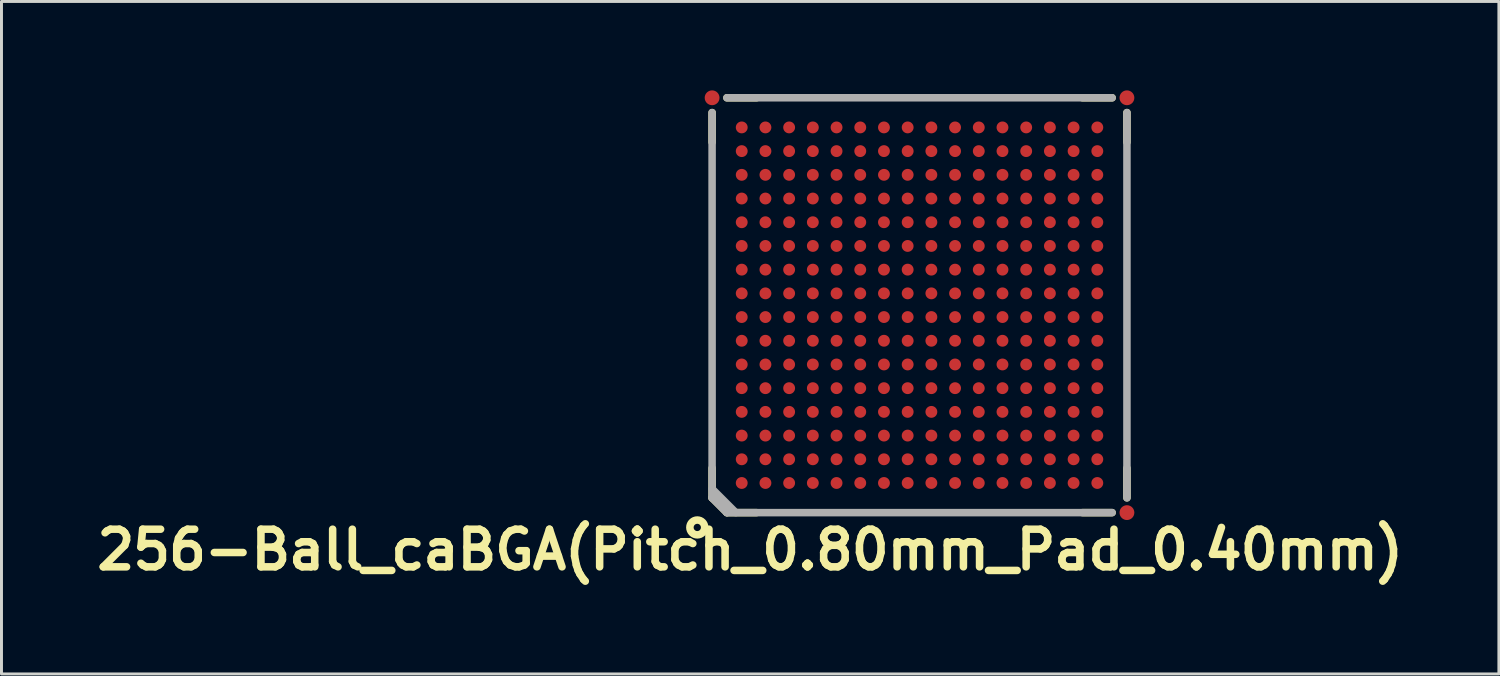
<source format=kicad_pcb>
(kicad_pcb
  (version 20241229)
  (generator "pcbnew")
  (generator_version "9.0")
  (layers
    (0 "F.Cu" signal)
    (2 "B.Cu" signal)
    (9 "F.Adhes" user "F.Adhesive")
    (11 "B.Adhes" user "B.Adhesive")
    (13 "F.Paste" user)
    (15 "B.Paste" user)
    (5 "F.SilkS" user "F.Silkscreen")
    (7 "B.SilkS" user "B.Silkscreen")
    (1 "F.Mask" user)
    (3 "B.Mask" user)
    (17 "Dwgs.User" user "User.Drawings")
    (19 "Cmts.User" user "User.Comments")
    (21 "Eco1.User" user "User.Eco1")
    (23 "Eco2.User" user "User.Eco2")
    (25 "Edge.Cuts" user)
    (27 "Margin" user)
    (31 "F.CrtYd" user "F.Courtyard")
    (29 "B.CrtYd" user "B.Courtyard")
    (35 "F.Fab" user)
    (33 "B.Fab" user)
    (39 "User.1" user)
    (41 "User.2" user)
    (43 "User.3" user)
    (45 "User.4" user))
  (footprint "256-Ball_caBGA(Pitch_0.80mm_Pad_0.40mm)"
    (layer "F.Cu")
    (at 27.982 7.25)
    (property "Reference" "256-Ball_caBGA(Pitch_0.80mm_Pad_0.40mm)" (at -5.715 8.255 0) (layer "F.SilkS") (effects (font (size 1.27 1.27) (thickness 0.254))))
    (attr smd)
    (fp_line (start -7 -6.5) (end -7 -5.5) (stroke (width 0.254) (type solid)) (layer "F.SilkS"))
    (fp_line (start -7 5.5) (end -7 6.5) (stroke (width 0.254) (type solid)) (layer "F.SilkS"))
    (fp_line (start -7 6.5) (end -6.5 7) (stroke (width 0.254) (type solid)) (layer "F.SilkS"))
    (fp_line (start -5.5 -7) (end -6.5 -7) (stroke (width 0.254) (type solid)) (layer "F.SilkS"))
    (fp_line (start -5.5 7) (end -6.5 7) (stroke (width 0.254) (type solid)) (layer "F.SilkS"))
    (fp_line (start 6.5 -7) (end 5.5 -7) (stroke (width 0.254) (type solid)) (layer "F.SilkS"))
    (fp_line (start 6.5 7) (end 5.5 7) (stroke (width 0.254) (type solid)) (layer "F.SilkS"))
    (fp_line (start 7 -6.5) (end 7 -5.5) (stroke (width 0.254) (type solid)) (layer "F.SilkS"))
    (fp_line (start 7 5.5) (end 7 6.5) (stroke (width 0.254) (type solid)) (layer "F.SilkS"))
    (fp_circle (center -7.5 7.5) (end -7.75 7.5) (stroke (width 0.254) (type solid)) (fill no) (layer "F.SilkS"))
    (fp_line (start -7 6.2) (end -6.2 7) (stroke (width 0.254) (type solid)) (layer "F.Fab"))
    (fp_line (start -7 6.5) (end -7 -6.5) (stroke (width 0.254) (type solid)) (layer "F.Fab"))
    (fp_line (start -7 6.5) (end -6.5 7) (stroke (width 0.254) (type solid)) (layer "F.Fab"))
    (fp_line (start -6.5 -7) (end 6.5 -7) (stroke (width 0.254) (type solid)) (layer "F.Fab"))
    (fp_line (start 6.5 7) (end -6.5 7) (stroke (width 0.254) (type solid)) (layer "F.Fab"))
    (fp_line (start 7 -6.5) (end 7 6.5) (stroke (width 0.254) (type solid)) (layer "F.Fab"))
    (pad "A1" smd circle (at -6 6 90) (size 0.4 0.4) (layers "F.Cu" "F.Mask" "F.Paste"))
    (pad "A2" smd circle (at -6 5.2 90) (size 0.4 0.4) (layers "F.Cu" "F.Mask" "F.Paste"))
    (pad "A3" smd circle (at -6 4.4 90) (size 0.4 0.4) (layers "F.Cu" "F.Mask" "F.Paste"))
    (pad "A4" smd circle (at -6 3.6 90) (size 0.4 0.4) (layers "F.Cu" "F.Mask" "F.Paste"))
    (pad "A5" smd circle (at -6 2.8 90) (size 0.4 0.4) (layers "F.Cu" "F.Mask" "F.Paste"))
    (pad "A6" smd circle (at -6 2 90) (size 0.4 0.4) (layers "F.Cu" "F.Mask" "F.Paste"))
    (pad "A7" smd circle (at -6 1.2 90) (size 0.4 0.4) (layers "F.Cu" "F.Mask" "F.Paste"))
    (pad "A8" smd circle (at -6 0.4 90) (size 0.4 0.4) (layers "F.Cu" "F.Mask" "F.Paste"))
    (pad "A9" smd circle (at -6 -0.4 90) (size 0.4 0.4) (layers "F.Cu" "F.Mask" "F.Paste"))
    (pad "A10" smd circle (at -6 -1.2 90) (size 0.4 0.4) (layers "F.Cu" "F.Mask" "F.Paste"))
    (pad "A11" smd circle (at -6 -2 90) (size 0.4 0.4) (layers "F.Cu" "F.Mask" "F.Paste"))
    (pad "A12" smd circle (at -6 -2.8 90) (size 0.4 0.4) (layers "F.Cu" "F.Mask" "F.Paste"))
    (pad "A13" smd circle (at -6 -3.6 90) (size 0.4 0.4) (layers "F.Cu" "F.Mask" "F.Paste"))
    (pad "A14" smd circle (at -6 -4.4 90) (size 0.4 0.4) (layers "F.Cu" "F.Mask" "F.Paste"))
    (pad "A15" smd circle (at -6 -5.2 90) (size 0.4 0.4) (layers "F.Cu" "F.Mask" "F.Paste"))
    (pad "A16" smd circle (at -6 -6 90) (size 0.4 0.4) (layers "F.Cu" "F.Mask" "F.Paste"))
    (pad "B1" smd circle (at -5.2 6 90) (size 0.4 0.4) (layers "F.Cu" "F.Mask" "F.Paste"))
    (pad "B2" smd circle (at -5.2 5.2 90) (size 0.4 0.4) (layers "F.Cu" "F.Mask" "F.Paste"))
    (pad "B3" smd circle (at -5.2 4.4 90) (size 0.4 0.4) (layers "F.Cu" "F.Mask" "F.Paste"))
    (pad "B4" smd circle (at -5.2 3.6 90) (size 0.4 0.4) (layers "F.Cu" "F.Mask" "F.Paste"))
    (pad "B5" smd circle (at -5.2 2.8 90) (size 0.4 0.4) (layers "F.Cu" "F.Mask" "F.Paste"))
    (pad "B6" smd circle (at -5.2 2 90) (size 0.4 0.4) (layers "F.Cu" "F.Mask" "F.Paste"))
    (pad "B7" smd circle (at -5.2 1.2 90) (size 0.4 0.4) (layers "F.Cu" "F.Mask" "F.Paste"))
    (pad "B8" smd circle (at -5.2 0.4 90) (size 0.4 0.4) (layers "F.Cu" "F.Mask" "F.Paste"))
    (pad "B9" smd circle (at -5.2 -0.4 90) (size 0.4 0.4) (layers "F.Cu" "F.Mask" "F.Paste"))
    (pad "B10" smd circle (at -5.2 -1.2 90) (size 0.4 0.4) (layers "F.Cu" "F.Mask" "F.Paste"))
    (pad "B11" smd circle (at -5.2 -2 90) (size 0.4 0.4) (layers "F.Cu" "F.Mask" "F.Paste"))
    (pad "B12" smd circle (at -5.2 -2.8 90) (size 0.4 0.4) (layers "F.Cu" "F.Mask" "F.Paste"))
    (pad "B13" smd circle (at -5.2 -3.6 90) (size 0.4 0.4) (layers "F.Cu" "F.Mask" "F.Paste"))
    (pad "B14" smd circle (at -5.2 -4.4 90) (size 0.4 0.4) (layers "F.Cu" "F.Mask" "F.Paste"))
    (pad "B15" smd circle (at -5.2 -5.2 90) (size 0.4 0.4) (layers "F.Cu" "F.Mask" "F.Paste"))
    (pad "B16" smd circle (at -5.2 -6 90) (size 0.4 0.4) (layers "F.Cu" "F.Mask" "F.Paste"))
    (pad "C1" smd circle (at -4.4 6 90) (size 0.4 0.4) (layers "F.Cu" "F.Mask" "F.Paste"))
    (pad "C2" smd circle (at -4.4 5.2 90) (size 0.4 0.4) (layers "F.Cu" "F.Mask" "F.Paste"))
    (pad "C3" smd circle (at -4.4 4.4 90) (size 0.4 0.4) (layers "F.Cu" "F.Mask" "F.Paste"))
    (pad "C4" smd circle (at -4.4 3.6 90) (size 0.4 0.4) (layers "F.Cu" "F.Mask" "F.Paste"))
    (pad "C5" smd circle (at -4.4 2.8 90) (size 0.4 0.4) (layers "F.Cu" "F.Mask" "F.Paste"))
    (pad "C6" smd circle (at -4.4 2 90) (size 0.4 0.4) (layers "F.Cu" "F.Mask" "F.Paste"))
    (pad "C7" smd circle (at -4.4 1.2 90) (size 0.4 0.4) (layers "F.Cu" "F.Mask" "F.Paste"))
    (pad "C8" smd circle (at -4.4 0.4 90) (size 0.4 0.4) (layers "F.Cu" "F.Mask" "F.Paste"))
    (pad "C9" smd circle (at -4.4 -0.4 90) (size 0.4 0.4) (layers "F.Cu" "F.Mask" "F.Paste"))
    (pad "C10" smd circle (at -4.4 -1.2 90) (size 0.4 0.4) (layers "F.Cu" "F.Mask" "F.Paste"))
    (pad "C11" smd circle (at -4.4 -2 90) (size 0.4 0.4) (layers "F.Cu" "F.Mask" "F.Paste"))
    (pad "C12" smd circle (at -4.4 -2.8 90) (size 0.4 0.4) (layers "F.Cu" "F.Mask" "F.Paste"))
    (pad "C13" smd circle (at -4.4 -3.6 90) (size 0.4 0.4) (layers "F.Cu" "F.Mask" "F.Paste"))
    (pad "C14" smd circle (at -4.4 -4.4 90) (size 0.4 0.4) (layers "F.Cu" "F.Mask" "F.Paste"))
    (pad "C15" smd circle (at -4.4 -5.2 90) (size 0.4 0.4) (layers "F.Cu" "F.Mask" "F.Paste"))
    (pad "C16" smd circle (at -4.4 -6 90) (size 0.4 0.4) (layers "F.Cu" "F.Mask" "F.Paste"))
    (pad "D1" smd circle (at -3.6 6 90) (size 0.4 0.4) (layers "F.Cu" "F.Mask" "F.Paste"))
    (pad "D2" smd circle (at -3.6 5.2 90) (size 0.4 0.4) (layers "F.Cu" "F.Mask" "F.Paste"))
    (pad "D3" smd circle (at -3.6 4.4 90) (size 0.4 0.4) (layers "F.Cu" "F.Mask" "F.Paste"))
    (pad "D4" smd circle (at -3.6 3.6 90) (size 0.4 0.4) (layers "F.Cu" "F.Mask" "F.Paste"))
    (pad "D5" smd circle (at -3.6 2.8 90) (size 0.4 0.4) (layers "F.Cu" "F.Mask" "F.Paste"))
    (pad "D6" smd circle (at -3.6 2 90) (size 0.4 0.4) (layers "F.Cu" "F.Mask" "F.Paste"))
    (pad "D7" smd circle (at -3.6 1.2 90) (size 0.4 0.4) (layers "F.Cu" "F.Mask" "F.Paste"))
    (pad "D8" smd circle (at -3.6 0.4 90) (size 0.4 0.4) (layers "F.Cu" "F.Mask" "F.Paste"))
    (pad "D9" smd circle (at -3.6 -0.4 90) (size 0.4 0.4) (layers "F.Cu" "F.Mask" "F.Paste"))
    (pad "D10" smd circle (at -3.6 -1.2 90) (size 0.4 0.4) (layers "F.Cu" "F.Mask" "F.Paste"))
    (pad "D11" smd circle (at -3.6 -2 90) (size 0.4 0.4) (layers "F.Cu" "F.Mask" "F.Paste"))
    (pad "D12" smd circle (at -3.6 -2.8 90) (size 0.4 0.4) (layers "F.Cu" "F.Mask" "F.Paste"))
    (pad "D13" smd circle (at -3.6 -3.6 90) (size 0.4 0.4) (layers "F.Cu" "F.Mask" "F.Paste"))
    (pad "D14" smd circle (at -3.6 -4.4 90) (size 0.4 0.4) (layers "F.Cu" "F.Mask" "F.Paste"))
    (pad "D15" smd circle (at -3.6 -5.2 90) (size 0.4 0.4) (layers "F.Cu" "F.Mask" "F.Paste"))
    (pad "D16" smd circle (at -3.6 -6 90) (size 0.4 0.4) (layers "F.Cu" "F.Mask" "F.Paste"))
    (pad "E1" smd circle (at -2.8 6 90) (size 0.4 0.4) (layers "F.Cu" "F.Mask" "F.Paste"))
    (pad "E2" smd circle (at -2.8 5.2 90) (size 0.4 0.4) (layers "F.Cu" "F.Mask" "F.Paste"))
    (pad "E3" smd circle (at -2.8 4.4 90) (size 0.4 0.4) (layers "F.Cu" "F.Mask" "F.Paste"))
    (pad "E4" smd circle (at -2.8 3.6 90) (size 0.4 0.4) (layers "F.Cu" "F.Mask" "F.Paste"))
    (pad "E5" smd circle (at -2.8 2.8 90) (size 0.4 0.4) (layers "F.Cu" "F.Mask" "F.Paste"))
    (pad "E6" smd circle (at -2.8 2 90) (size 0.4 0.4) (layers "F.Cu" "F.Mask" "F.Paste"))
    (pad "E7" smd circle (at -2.8 1.2 90) (size 0.4 0.4) (layers "F.Cu" "F.Mask" "F.Paste"))
    (pad "E8" smd circle (at -2.8 0.4 90) (size 0.4 0.4) (layers "F.Cu" "F.Mask" "F.Paste"))
    (pad "E9" smd circle (at -2.8 -0.4 90) (size 0.4 0.4) (layers "F.Cu" "F.Mask" "F.Paste"))
    (pad "E10" smd circle (at -2.8 -1.2 90) (size 0.4 0.4) (layers "F.Cu" "F.Mask" "F.Paste"))
    (pad "E11" smd circle (at -2.8 -2 90) (size 0.4 0.4) (layers "F.Cu" "F.Mask" "F.Paste"))
    (pad "E12" smd circle (at -2.8 -2.8 90) (size 0.4 0.4) (layers "F.Cu" "F.Mask" "F.Paste"))
    (pad "E13" smd circle (at -2.8 -3.6 90) (size 0.4 0.4) (layers "F.Cu" "F.Mask" "F.Paste"))
    (pad "E14" smd circle (at -2.8 -4.4 90) (size 0.4 0.4) (layers "F.Cu" "F.Mask" "F.Paste"))
    (pad "E15" smd circle (at -2.8 -5.2 90) (size 0.4 0.4) (layers "F.Cu" "F.Mask" "F.Paste"))
    (pad "E16" smd circle (at -2.8 -6 90) (size 0.4 0.4) (layers "F.Cu" "F.Mask" "F.Paste"))
    (pad "F1" smd circle (at -2 6 90) (size 0.4 0.4) (layers "F.Cu" "F.Mask" "F.Paste"))
    (pad "F2" smd circle (at -2 5.2 90) (size 0.4 0.4) (layers "F.Cu" "F.Mask" "F.Paste"))
    (pad "F3" smd circle (at -2 4.4 90) (size 0.4 0.4) (layers "F.Cu" "F.Mask" "F.Paste"))
    (pad "F4" smd circle (at -2 3.6 90) (size 0.4 0.4) (layers "F.Cu" "F.Mask" "F.Paste"))
    (pad "F5" smd circle (at -2 2.8 90) (size 0.4 0.4) (layers "F.Cu" "F.Mask" "F.Paste"))
    (pad "F6" smd circle (at -2 2 90) (size 0.4 0.4) (layers "F.Cu" "F.Mask" "F.Paste"))
    (pad "F7" smd circle (at -2 1.2 90) (size 0.4 0.4) (layers "F.Cu" "F.Mask" "F.Paste"))
    (pad "F8" smd circle (at -2 0.4 90) (size 0.4 0.4) (layers "F.Cu" "F.Mask" "F.Paste"))
    (pad "F9" smd circle (at -2 -0.4 90) (size 0.4 0.4) (layers "F.Cu" "F.Mask" "F.Paste"))
    (pad "F10" smd circle (at -2 -1.2 90) (size 0.4 0.4) (layers "F.Cu" "F.Mask" "F.Paste"))
    (pad "F11" smd circle (at -2 -2 90) (size 0.4 0.4) (layers "F.Cu" "F.Mask" "F.Paste"))
    (pad "F12" smd circle (at -2 -2.8 90) (size 0.4 0.4) (layers "F.Cu" "F.Mask" "F.Paste"))
    (pad "F13" smd circle (at -2 -3.6 90) (size 0.4 0.4) (layers "F.Cu" "F.Mask" "F.Paste"))
    (pad "F14" smd circle (at -2 -4.4 90) (size 0.4 0.4) (layers "F.Cu" "F.Mask" "F.Paste"))
    (pad "F15" smd circle (at -2 -5.2 90) (size 0.4 0.4) (layers "F.Cu" "F.Mask" "F.Paste"))
    (pad "F16" smd circle (at -2 -6 90) (size 0.4 0.4) (layers "F.Cu" "F.Mask" "F.Paste"))
    (pad "FID1" smd circle (at 7 7 90) (size 0.5 0.5) (layers "F.Cu" "F.Mask"))
    (pad "FID2" smd circle (at 7 -7 90) (size 0.5 0.5) (layers "F.Cu" "F.Mask"))
    (pad "FID3" smd circle (at -7 -7 90) (size 0.5 0.5) (layers "F.Cu" "F.Mask"))
    (pad "G1" smd circle (at -1.2 6 90) (size 0.4 0.4) (layers "F.Cu" "F.Mask" "F.Paste"))
    (pad "G2" smd circle (at -1.2 5.2 90) (size 0.4 0.4) (layers "F.Cu" "F.Mask" "F.Paste"))
    (pad "G3" smd circle (at -1.2 4.4 90) (size 0.4 0.4) (layers "F.Cu" "F.Mask" "F.Paste"))
    (pad "G4" smd circle (at -1.2 3.6 90) (size 0.4 0.4) (layers "F.Cu" "F.Mask" "F.Paste"))
    (pad "G5" smd circle (at -1.2 2.8 90) (size 0.4 0.4) (layers "F.Cu" "F.Mask" "F.Paste"))
    (pad "G6" smd circle (at -1.2 2 90) (size 0.4 0.4) (layers "F.Cu" "F.Mask" "F.Paste"))
    (pad "G7" smd circle (at -1.2 1.2 90) (size 0.4 0.4) (layers "F.Cu" "F.Mask" "F.Paste"))
    (pad "G8" smd circle (at -1.2 0.4 90) (size 0.4 0.4) (layers "F.Cu" "F.Mask" "F.Paste"))
    (pad "G9" smd circle (at -1.2 -0.4 90) (size 0.4 0.4) (layers "F.Cu" "F.Mask" "F.Paste"))
    (pad "G10" smd circle (at -1.2 -1.2 90) (size 0.4 0.4) (layers "F.Cu" "F.Mask" "F.Paste"))
    (pad "G11" smd circle (at -1.2 -2 90) (size 0.4 0.4) (layers "F.Cu" "F.Mask" "F.Paste"))
    (pad "G12" smd circle (at -1.2 -2.8 90) (size 0.4 0.4) (layers "F.Cu" "F.Mask" "F.Paste"))
    (pad "G13" smd circle (at -1.2 -3.6 90) (size 0.4 0.4) (layers "F.Cu" "F.Mask" "F.Paste"))
    (pad "G14" smd circle (at -1.2 -4.4 90) (size 0.4 0.4) (layers "F.Cu" "F.Mask" "F.Paste"))
    (pad "G15" smd circle (at -1.2 -5.2 90) (size 0.4 0.4) (layers "F.Cu" "F.Mask" "F.Paste"))
    (pad "G16" smd circle (at -1.2 -6 90) (size 0.4 0.4) (layers "F.Cu" "F.Mask" "F.Paste"))
    (pad "H1" smd circle (at -0.4 6 90) (size 0.4 0.4) (layers "F.Cu" "F.Mask" "F.Paste"))
    (pad "H2" smd circle (at -0.4 5.2 90) (size 0.4 0.4) (layers "F.Cu" "F.Mask" "F.Paste"))
    (pad "H3" smd circle (at -0.4 4.4 90) (size 0.4 0.4) (layers "F.Cu" "F.Mask" "F.Paste"))
    (pad "H4" smd circle (at -0.4 3.6 90) (size 0.4 0.4) (layers "F.Cu" "F.Mask" "F.Paste"))
    (pad "H5" smd circle (at -0.4 2.8 90) (size 0.4 0.4) (layers "F.Cu" "F.Mask" "F.Paste"))
    (pad "H6" smd circle (at -0.4 2 90) (size 0.4 0.4) (layers "F.Cu" "F.Mask" "F.Paste"))
    (pad "H7" smd circle (at -0.4 1.2 90) (size 0.4 0.4) (layers "F.Cu" "F.Mask" "F.Paste"))
    (pad "H8" smd circle (at -0.4 0.4 90) (size 0.4 0.4) (layers "F.Cu" "F.Mask" "F.Paste"))
    (pad "H9" smd circle (at -0.4 -0.4 90) (size 0.4 0.4) (layers "F.Cu" "F.Mask" "F.Paste"))
    (pad "H10" smd circle (at -0.4 -1.2 90) (size 0.4 0.4) (layers "F.Cu" "F.Mask" "F.Paste"))
    (pad "H11" smd circle (at -0.4 -2 90) (size 0.4 0.4) (layers "F.Cu" "F.Mask" "F.Paste"))
    (pad "H12" smd circle (at -0.4 -2.8 90) (size 0.4 0.4) (layers "F.Cu" "F.Mask" "F.Paste"))
    (pad "H13" smd circle (at -0.4 -3.6 90) (size 0.4 0.4) (layers "F.Cu" "F.Mask" "F.Paste"))
    (pad "H14" smd circle (at -0.4 -4.4 90) (size 0.4 0.4) (layers "F.Cu" "F.Mask" "F.Paste"))
    (pad "H15" smd circle (at -0.4 -5.2 90) (size 0.4 0.4) (layers "F.Cu" "F.Mask" "F.Paste"))
    (pad "H16" smd circle (at -0.4 -6 90) (size 0.4 0.4) (layers "F.Cu" "F.Mask" "F.Paste"))
    (pad "J1" smd circle (at 0.4 6 90) (size 0.4 0.4) (layers "F.Cu" "F.Mask" "F.Paste"))
    (pad "J2" smd circle (at 0.4 5.2 90) (size 0.4 0.4) (layers "F.Cu" "F.Mask" "F.Paste"))
    (pad "J3" smd circle (at 0.4 4.4 90) (size 0.4 0.4) (layers "F.Cu" "F.Mask" "F.Paste"))
    (pad "J4" smd circle (at 0.4 3.6 90) (size 0.4 0.4) (layers "F.Cu" "F.Mask" "F.Paste"))
    (pad "J5" smd circle (at 0.4 2.8 90) (size 0.4 0.4) (layers "F.Cu" "F.Mask" "F.Paste"))
    (pad "J6" smd circle (at 0.4 2 90) (size 0.4 0.4) (layers "F.Cu" "F.Mask" "F.Paste"))
    (pad "J7" smd circle (at 0.4 1.2 90) (size 0.4 0.4) (layers "F.Cu" "F.Mask" "F.Paste"))
    (pad "J8" smd circle (at 0.4 0.4 90) (size 0.4 0.4) (layers "F.Cu" "F.Mask" "F.Paste"))
    (pad "J9" smd circle (at 0.4 -0.4 90) (size 0.4 0.4) (layers "F.Cu" "F.Mask" "F.Paste"))
    (pad "J10" smd circle (at 0.4 -1.2 90) (size 0.4 0.4) (layers "F.Cu" "F.Mask" "F.Paste"))
    (pad "J11" smd circle (at 0.4 -2 90) (size 0.4 0.4) (layers "F.Cu" "F.Mask" "F.Paste"))
    (pad "J12" smd circle (at 0.4 -2.8 90) (size 0.4 0.4) (layers "F.Cu" "F.Mask" "F.Paste"))
    (pad "J13" smd circle (at 0.4 -3.6 90) (size 0.4 0.4) (layers "F.Cu" "F.Mask" "F.Paste"))
    (pad "J14" smd circle (at 0.4 -4.4 90) (size 0.4 0.4) (layers "F.Cu" "F.Mask" "F.Paste"))
    (pad "J15" smd circle (at 0.4 -5.2 90) (size 0.4 0.4) (layers "F.Cu" "F.Mask" "F.Paste"))
    (pad "J16" smd circle (at 0.4 -6 90) (size 0.4 0.4) (layers "F.Cu" "F.Mask" "F.Paste"))
    (pad "K1" smd circle (at 1.2 6 90) (size 0.4 0.4) (layers "F.Cu" "F.Mask" "F.Paste"))
    (pad "K2" smd circle (at 1.2 5.2 90) (size 0.4 0.4) (layers "F.Cu" "F.Mask" "F.Paste"))
    (pad "K3" smd circle (at 1.2 4.4 90) (size 0.4 0.4) (layers "F.Cu" "F.Mask" "F.Paste"))
    (pad "K4" smd circle (at 1.2 3.6 90) (size 0.4 0.4) (layers "F.Cu" "F.Mask" "F.Paste"))
    (pad "K5" smd circle (at 1.2 2.8 90) (size 0.4 0.4) (layers "F.Cu" "F.Mask" "F.Paste"))
    (pad "K6" smd circle (at 1.2 2 90) (size 0.4 0.4) (layers "F.Cu" "F.Mask" "F.Paste"))
    (pad "K7" smd circle (at 1.2 1.2 90) (size 0.4 0.4) (layers "F.Cu" "F.Mask" "F.Paste"))
    (pad "K8" smd circle (at 1.2 0.4 90) (size 0.4 0.4) (layers "F.Cu" "F.Mask" "F.Paste"))
    (pad "K9" smd circle (at 1.2 -0.4 90) (size 0.4 0.4) (layers "F.Cu" "F.Mask" "F.Paste"))
    (pad "K10" smd circle (at 1.2 -1.2 90) (size 0.4 0.4) (layers "F.Cu" "F.Mask" "F.Paste"))
    (pad "K11" smd circle (at 1.2 -2 90) (size 0.4 0.4) (layers "F.Cu" "F.Mask" "F.Paste"))
    (pad "K12" smd circle (at 1.2 -2.8 90) (size 0.4 0.4) (layers "F.Cu" "F.Mask" "F.Paste"))
    (pad "K13" smd circle (at 1.2 -3.6 90) (size 0.4 0.4) (layers "F.Cu" "F.Mask" "F.Paste"))
    (pad "K14" smd circle (at 1.2 -4.4 90) (size 0.4 0.4) (layers "F.Cu" "F.Mask" "F.Paste"))
    (pad "K15" smd circle (at 1.2 -5.2 90) (size 0.4 0.4) (layers "F.Cu" "F.Mask" "F.Paste"))
    (pad "K16" smd circle (at 1.2 -6 90) (size 0.4 0.4) (layers "F.Cu" "F.Mask" "F.Paste"))
    (pad "L1" smd circle (at 2 6 90) (size 0.4 0.4) (layers "F.Cu" "F.Mask" "F.Paste"))
    (pad "L2" smd circle (at 2 5.2 90) (size 0.4 0.4) (layers "F.Cu" "F.Mask" "F.Paste"))
    (pad "L3" smd circle (at 2 4.4 90) (size 0.4 0.4) (layers "F.Cu" "F.Mask" "F.Paste"))
    (pad "L4" smd circle (at 2 3.6 90) (size 0.4 0.4) (layers "F.Cu" "F.Mask" "F.Paste"))
    (pad "L5" smd circle (at 2 2.8 90) (size 0.4 0.4) (layers "F.Cu" "F.Mask" "F.Paste"))
    (pad "L6" smd circle (at 2 2 90) (size 0.4 0.4) (layers "F.Cu" "F.Mask" "F.Paste"))
    (pad "L7" smd circle (at 2 1.2 90) (size 0.4 0.4) (layers "F.Cu" "F.Mask" "F.Paste"))
    (pad "L8" smd circle (at 2 0.4 90) (size 0.4 0.4) (layers "F.Cu" "F.Mask" "F.Paste"))
    (pad "L9" smd circle (at 2 -0.4 90) (size 0.4 0.4) (layers "F.Cu" "F.Mask" "F.Paste"))
    (pad "L10" smd circle (at 2 -1.2 90) (size 0.4 0.4) (layers "F.Cu" "F.Mask" "F.Paste"))
    (pad "L11" smd circle (at 2 -2 90) (size 0.4 0.4) (layers "F.Cu" "F.Mask" "F.Paste"))
    (pad "L12" smd circle (at 2 -2.8 90) (size 0.4 0.4) (layers "F.Cu" "F.Mask" "F.Paste"))
    (pad "L13" smd circle (at 2 -3.6 90) (size 0.4 0.4) (layers "F.Cu" "F.Mask" "F.Paste"))
    (pad "L14" smd circle (at 2 -4.4 90) (size 0.4 0.4) (layers "F.Cu" "F.Mask" "F.Paste"))
    (pad "L15" smd circle (at 2 -5.2 90) (size 0.4 0.4) (layers "F.Cu" "F.Mask" "F.Paste"))
    (pad "L16" smd circle (at 2 -6 90) (size 0.4 0.4) (layers "F.Cu" "F.Mask" "F.Paste"))
    (pad "M1" smd circle (at 2.8 6 90) (size 0.4 0.4) (layers "F.Cu" "F.Mask" "F.Paste"))
    (pad "M2" smd circle (at 2.8 5.2 90) (size 0.4 0.4) (layers "F.Cu" "F.Mask" "F.Paste"))
    (pad "M3" smd circle (at 2.8 4.4 90) (size 0.4 0.4) (layers "F.Cu" "F.Mask" "F.Paste"))
    (pad "M4" smd circle (at 2.8 3.6 90) (size 0.4 0.4) (layers "F.Cu" "F.Mask" "F.Paste"))
    (pad "M5" smd circle (at 2.8 2.8 90) (size 0.4 0.4) (layers "F.Cu" "F.Mask" "F.Paste"))
    (pad "M6" smd circle (at 2.8 2 90) (size 0.4 0.4) (layers "F.Cu" "F.Mask" "F.Paste"))
    (pad "M7" smd circle (at 2.8 1.2 90) (size 0.4 0.4) (layers "F.Cu" "F.Mask" "F.Paste"))
    (pad "M8" smd circle (at 2.8 0.4 90) (size 0.4 0.4) (layers "F.Cu" "F.Mask" "F.Paste"))
    (pad "M9" smd circle (at 2.8 -0.4 90) (size 0.4 0.4) (layers "F.Cu" "F.Mask" "F.Paste"))
    (pad "M10" smd circle (at 2.8 -1.2 90) (size 0.4 0.4) (layers "F.Cu" "F.Mask" "F.Paste"))
    (pad "M11" smd circle (at 2.8 -2 90) (size 0.4 0.4) (layers "F.Cu" "F.Mask" "F.Paste"))
    (pad "M12" smd circle (at 2.8 -2.8 90) (size 0.4 0.4) (layers "F.Cu" "F.Mask" "F.Paste"))
    (pad "M13" smd circle (at 2.8 -3.6 90) (size 0.4 0.4) (layers "F.Cu" "F.Mask" "F.Paste"))
    (pad "M14" smd circle (at 2.8 -4.4 90) (size 0.4 0.4) (layers "F.Cu" "F.Mask" "F.Paste"))
    (pad "M15" smd circle (at 2.8 -5.2 90) (size 0.4 0.4) (layers "F.Cu" "F.Mask" "F.Paste"))
    (pad "M16" smd circle (at 2.8 -6 90) (size 0.4 0.4) (layers "F.Cu" "F.Mask" "F.Paste"))
    (pad "N1" smd circle (at 3.6 6 90) (size 0.4 0.4) (layers "F.Cu" "F.Mask" "F.Paste"))
    (pad "N2" smd circle (at 3.6 5.2 90) (size 0.4 0.4) (layers "F.Cu" "F.Mask" "F.Paste"))
    (pad "N3" smd circle (at 3.6 4.4 90) (size 0.4 0.4) (layers "F.Cu" "F.Mask" "F.Paste"))
    (pad "N4" smd circle (at 3.6 3.6 90) (size 0.4 0.4) (layers "F.Cu" "F.Mask" "F.Paste"))
    (pad "N5" smd circle (at 3.6 2.8 90) (size 0.4 0.4) (layers "F.Cu" "F.Mask" "F.Paste"))
    (pad "N6" smd circle (at 3.6 2 90) (size 0.4 0.4) (layers "F.Cu" "F.Mask" "F.Paste"))
    (pad "N7" smd circle (at 3.6 1.2 90) (size 0.4 0.4) (layers "F.Cu" "F.Mask" "F.Paste"))
    (pad "N8" smd circle (at 3.6 0.4 90) (size 0.4 0.4) (layers "F.Cu" "F.Mask" "F.Paste"))
    (pad "N9" smd circle (at 3.6 -0.4 90) (size 0.4 0.4) (layers "F.Cu" "F.Mask" "F.Paste"))
    (pad "N10" smd circle (at 3.6 -1.2 90) (size 0.4 0.4) (layers "F.Cu" "F.Mask" "F.Paste"))
    (pad "N11" smd circle (at 3.6 -2 90) (size 0.4 0.4) (layers "F.Cu" "F.Mask" "F.Paste"))
    (pad "N12" smd circle (at 3.6 -2.8 90) (size 0.4 0.4) (layers "F.Cu" "F.Mask" "F.Paste"))
    (pad "N13" smd circle (at 3.6 -3.6 90) (size 0.4 0.4) (layers "F.Cu" "F.Mask" "F.Paste"))
    (pad "N14" smd circle (at 3.6 -4.4 90) (size 0.4 0.4) (layers "F.Cu" "F.Mask" "F.Paste"))
    (pad "N15" smd circle (at 3.6 -5.2 90) (size 0.4 0.4) (layers "F.Cu" "F.Mask" "F.Paste"))
    (pad "N16" smd circle (at 3.6 -6 90) (size 0.4 0.4) (layers "F.Cu" "F.Mask" "F.Paste"))
    (pad "P1" smd circle (at 4.4 6 90) (size 0.4 0.4) (layers "F.Cu" "F.Mask" "F.Paste"))
    (pad "P2" smd circle (at 4.4 5.2 90) (size 0.4 0.4) (layers "F.Cu" "F.Mask" "F.Paste"))
    (pad "P3" smd circle (at 4.4 4.4 90) (size 0.4 0.4) (layers "F.Cu" "F.Mask" "F.Paste"))
    (pad "P4" smd circle (at 4.4 3.6 90) (size 0.4 0.4) (layers "F.Cu" "F.Mask" "F.Paste"))
    (pad "P5" smd circle (at 4.4 2.8 90) (size 0.4 0.4) (layers "F.Cu" "F.Mask" "F.Paste"))
    (pad "P6" smd circle (at 4.4 2 90) (size 0.4 0.4) (layers "F.Cu" "F.Mask" "F.Paste"))
    (pad "P7" smd circle (at 4.4 1.2 90) (size 0.4 0.4) (layers "F.Cu" "F.Mask" "F.Paste"))
    (pad "P8" smd circle (at 4.4 0.4 90) (size 0.4 0.4) (layers "F.Cu" "F.Mask" "F.Paste"))
    (pad "P9" smd circle (at 4.4 -0.4 90) (size 0.4 0.4) (layers "F.Cu" "F.Mask" "F.Paste"))
    (pad "P10" smd circle (at 4.4 -1.2 90) (size 0.4 0.4) (layers "F.Cu" "F.Mask" "F.Paste"))
    (pad "P11" smd circle (at 4.4 -2 90) (size 0.4 0.4) (layers "F.Cu" "F.Mask" "F.Paste"))
    (pad "P12" smd circle (at 4.4 -2.8 90) (size 0.4 0.4) (layers "F.Cu" "F.Mask" "F.Paste"))
    (pad "P13" smd circle (at 4.4 -3.6 90) (size 0.4 0.4) (layers "F.Cu" "F.Mask" "F.Paste"))
    (pad "P14" smd circle (at 4.4 -4.4 90) (size 0.4 0.4) (layers "F.Cu" "F.Mask" "F.Paste"))
    (pad "P15" smd circle (at 4.4 -5.2 90) (size 0.4 0.4) (layers "F.Cu" "F.Mask" "F.Paste"))
    (pad "P16" smd circle (at 4.4 -6 90) (size 0.4 0.4) (layers "F.Cu" "F.Mask" "F.Paste"))
    (pad "R1" smd circle (at 5.2 6 90) (size 0.4 0.4) (layers "F.Cu" "F.Mask" "F.Paste"))
    (pad "R2" smd circle (at 5.2 5.2 90) (size 0.4 0.4) (layers "F.Cu" "F.Mask" "F.Paste"))
    (pad "R3" smd circle (at 5.2 4.4 90) (size 0.4 0.4) (layers "F.Cu" "F.Mask" "F.Paste"))
    (pad "R4" smd circle (at 5.2 3.6 90) (size 0.4 0.4) (layers "F.Cu" "F.Mask" "F.Paste"))
    (pad "R5" smd circle (at 5.2 2.8 90) (size 0.4 0.4) (layers "F.Cu" "F.Mask" "F.Paste"))
    (pad "R6" smd circle (at 5.2 2 90) (size 0.4 0.4) (layers "F.Cu" "F.Mask" "F.Paste"))
    (pad "R7" smd circle (at 5.2 1.2 90) (size 0.4 0.4) (layers "F.Cu" "F.Mask" "F.Paste"))
    (pad "R8" smd circle (at 5.2 0.4 90) (size 0.4 0.4) (layers "F.Cu" "F.Mask" "F.Paste"))
    (pad "R9" smd circle (at 5.2 -0.4 90) (size 0.4 0.4) (layers "F.Cu" "F.Mask" "F.Paste"))
    (pad "R10" smd circle (at 5.2 -1.2 90) (size 0.4 0.4) (layers "F.Cu" "F.Mask" "F.Paste"))
    (pad "R11" smd circle (at 5.2 -2 90) (size 0.4 0.4) (layers "F.Cu" "F.Mask" "F.Paste"))
    (pad "R12" smd circle (at 5.2 -2.8 90) (size 0.4 0.4) (layers "F.Cu" "F.Mask" "F.Paste"))
    (pad "R13" smd circle (at 5.2 -3.6 90) (size 0.4 0.4) (layers "F.Cu" "F.Mask" "F.Paste"))
    (pad "R14" smd circle (at 5.2 -4.4 90) (size 0.4 0.4) (layers "F.Cu" "F.Mask" "F.Paste"))
    (pad "R15" smd circle (at 5.2 -5.2 90) (size 0.4 0.4) (layers "F.Cu" "F.Mask" "F.Paste"))
    (pad "R16" smd circle (at 5.2 -6 90) (size 0.4 0.4) (layers "F.Cu" "F.Mask" "F.Paste"))
    (pad "T1" smd circle (at 6 6 90) (size 0.4 0.4) (layers "F.Cu" "F.Mask" "F.Paste"))
    (pad "T2" smd circle (at 6 5.2 90) (size 0.4 0.4) (layers "F.Cu" "F.Mask" "F.Paste"))
    (pad "T3" smd circle (at 6 4.4 90) (size 0.4 0.4) (layers "F.Cu" "F.Mask" "F.Paste"))
    (pad "T4" smd circle (at 6 3.6 90) (size 0.4 0.4) (layers "F.Cu" "F.Mask" "F.Paste"))
    (pad "T5" smd circle (at 6 2.8 90) (size 0.4 0.4) (layers "F.Cu" "F.Mask" "F.Paste"))
    (pad "T6" smd circle (at 6 2 90) (size 0.4 0.4) (layers "F.Cu" "F.Mask" "F.Paste"))
    (pad "T7" smd circle (at 6 1.2 90) (size 0.4 0.4) (layers "F.Cu" "F.Mask" "F.Paste"))
    (pad "T8" smd circle (at 6 0.4 90) (size 0.4 0.4) (layers "F.Cu" "F.Mask" "F.Paste"))
    (pad "T9" smd circle (at 6 -0.4 90) (size 0.4 0.4) (layers "F.Cu" "F.Mask" "F.Paste"))
    (pad "T10" smd circle (at 6 -1.2 90) (size 0.4 0.4) (layers "F.Cu" "F.Mask" "F.Paste"))
    (pad "T11" smd circle (at 6 -2 90) (size 0.4 0.4) (layers "F.Cu" "F.Mask" "F.Paste"))
    (pad "T12" smd circle (at 6 -2.8 90) (size 0.4 0.4) (layers "F.Cu" "F.Mask" "F.Paste"))
    (pad "T13" smd circle (at 6 -3.6 90) (size 0.4 0.4) (layers "F.Cu" "F.Mask" "F.Paste"))
    (pad "T14" smd circle (at 6 -4.4 90) (size 0.4 0.4) (layers "F.Cu" "F.Mask" "F.Paste"))
    (pad "T15" smd circle (at 6 -5.2 90) (size 0.4 0.4) (layers "F.Cu" "F.Mask" "F.Paste"))
    (pad "T16" smd circle (at 6 -6 90) (size 0.4 0.4) (layers "F.Cu" "F.Mask" "F.Paste")))
  (gr_rect
    (start -3 -3)
    (end 47.535 19.694)
    (stroke (width 0.1) (type default))
    (fill no)
    (layer "Edge.Cuts")))
</source>
